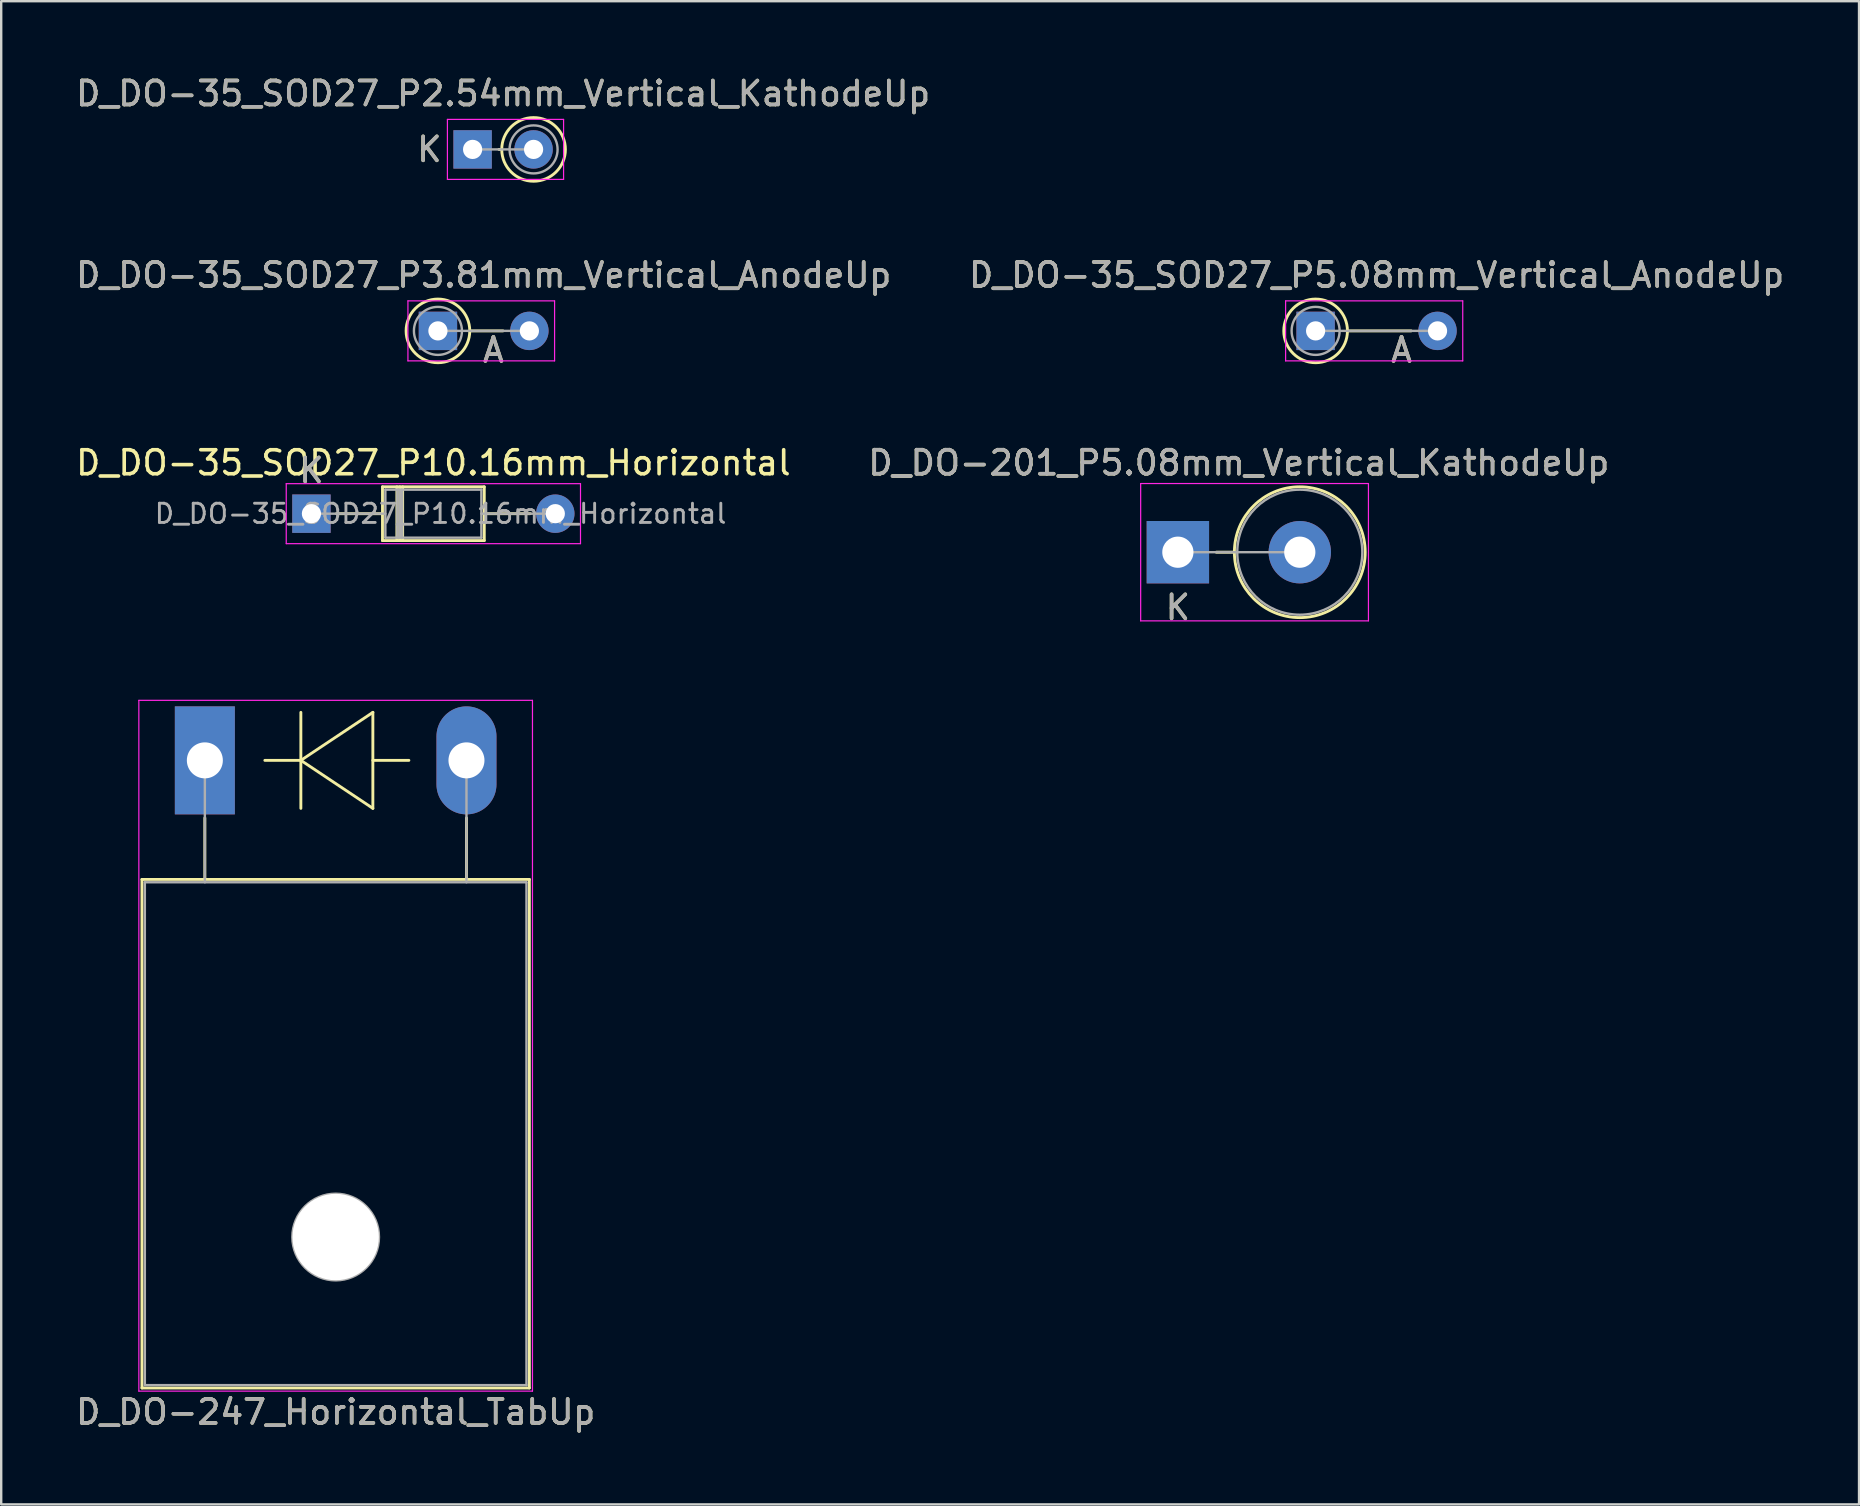
<source format=kicad_pcb>
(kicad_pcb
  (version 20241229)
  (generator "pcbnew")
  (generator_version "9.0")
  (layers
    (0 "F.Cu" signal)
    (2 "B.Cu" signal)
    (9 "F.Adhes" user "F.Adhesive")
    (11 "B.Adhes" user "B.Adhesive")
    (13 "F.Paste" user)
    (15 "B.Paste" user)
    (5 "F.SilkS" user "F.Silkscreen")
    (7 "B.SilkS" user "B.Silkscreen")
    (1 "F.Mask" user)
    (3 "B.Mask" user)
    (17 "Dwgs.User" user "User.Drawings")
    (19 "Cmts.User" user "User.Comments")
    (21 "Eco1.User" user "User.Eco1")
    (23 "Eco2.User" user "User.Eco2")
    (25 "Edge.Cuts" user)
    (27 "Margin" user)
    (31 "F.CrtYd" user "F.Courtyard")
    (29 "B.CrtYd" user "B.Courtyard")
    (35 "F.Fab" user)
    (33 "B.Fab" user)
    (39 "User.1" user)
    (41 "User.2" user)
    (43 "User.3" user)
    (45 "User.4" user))
  (footprint "D_DO-35_SOD27_P3.81mm_Vertical_AnodeUp"
    (layer "F.Cu")
    (at 15.196 10.736)
    (property "Reference" "D_DO-35_SOD27_P3.81mm_Vertical_AnodeUp" (at 1.905 -2.326 0) (layer "F.SilkS") (effects (font (size 1 1) (thickness 0.15))))
    (attr through_hole)
    (fp_line (start 1.326 0) (end 2.71 0) (stroke (width 0.12) (type solid)) (layer "F.SilkS"))
    (fp_circle (center 0 0) (end 1.326 0) (stroke (width 0.12) (type solid)) (fill no) (layer "F.SilkS"))
    (fp_line (start -1.25 -1.25) (end -1.25 1.25) (stroke (width 0.05) (type solid)) (layer "F.CrtYd"))
    (fp_line (start -1.25 1.25) (end 4.86 1.25) (stroke (width 0.05) (type solid)) (layer "F.CrtYd"))
    (fp_line (start 4.86 -1.25) (end -1.25 -1.25) (stroke (width 0.05) (type solid)) (layer "F.CrtYd"))
    (fp_line (start 4.86 1.25) (end 4.86 -1.25) (stroke (width 0.05) (type solid)) (layer "F.CrtYd"))
    (fp_line (start 0 0) (end 3.81 0) (stroke (width 0.1) (type solid)) (layer "F.Fab"))
    (fp_circle (center 0 0) (end 1 0) (stroke (width 0.1) (type solid)) (fill no) (layer "F.Fab"))
    (fp_text user "A" (at 2.31 0.8 0) (layer "F.SilkS") (effects (font (size 1 1) (thickness 0.15))))
    (fp_text user "${REFERENCE}" (at 1.905 -2.326 0) (layer "F.Fab") (effects (font (size 1 1) (thickness 0.15))))
    (fp_text user "A" (at 2.31 0.8 0) (layer "F.Fab") (effects (font (size 1 1) (thickness 0.15))))
    (pad "1" thru_hole rect (at 0 0) (size 1.6 1.6) (drill 0.8) (layers "*.Cu" "*.Mask"))
    (pad "2" thru_hole oval (at 3.81 0) (size 1.6 1.6) (drill 0.8) (layers "*.Cu" "*.Mask")))
  (footprint "D_DO-35_SOD27_P2.54mm_Vertical_KathodeUp"
    (layer "F.Cu")
    (at 16.641 3.175)
    (property "Reference" "D_DO-35_SOD27_P2.54mm_Vertical_KathodeUp" (at 1.27 -2.326 0) (layer "F.SilkS") (effects (font (size 1 1) (thickness 0.15))))
    (attr through_hole)
    (fp_line (start 1.214 0) (end 1.1 0) (stroke (width 0.12) (type solid)) (layer "F.SilkS"))
    (fp_circle (center 2.54 0) (end 3.866 0) (stroke (width 0.12) (type solid)) (fill no) (layer "F.SilkS"))
    (fp_line (start -1.05 -1.25) (end -1.05 1.25) (stroke (width 0.05) (type solid)) (layer "F.CrtYd"))
    (fp_line (start -1.05 1.25) (end 3.79 1.25) (stroke (width 0.05) (type solid)) (layer "F.CrtYd"))
    (fp_line (start 3.79 -1.25) (end -1.05 -1.25) (stroke (width 0.05) (type solid)) (layer "F.CrtYd"))
    (fp_line (start 3.79 1.25) (end 3.79 -1.25) (stroke (width 0.05) (type solid)) (layer "F.CrtYd"))
    (fp_line (start 0 0) (end 2.54 0) (stroke (width 0.1) (type solid)) (layer "F.Fab"))
    (fp_circle (center 2.54 0) (end 3.54 0) (stroke (width 0.1) (type solid)) (fill no) (layer "F.Fab"))
    (fp_text user "K" (at -1.8 0 0) (layer "F.SilkS") (effects (font (size 1 1) (thickness 0.15))))
    (fp_text user "K" (at -1.8 0 0) (layer "F.Fab") (effects (font (size 1 1) (thickness 0.15))))
    (fp_text user "${REFERENCE}" (at 1.27 -2.326 0) (layer "F.Fab") (effects (font (size 1 1) (thickness 0.15))))
    (pad "1" thru_hole rect (at 0 0) (size 1.6 1.6) (drill 0.8) (layers "*.Cu" "*.Mask"))
    (pad "2" thru_hole oval (at 2.54 0) (size 1.6 1.6) (drill 0.8) (layers "*.Cu" "*.Mask")))
  (footprint "D_DO-201_P5.08mm_Vertical_KathodeUp"
    (layer "F.Cu")
    (at 46.025 19.957)
    (property "Reference" "D_DO-201_P5.08mm_Vertical_KathodeUp" (at 2.54 -3.725 0) (layer "F.SilkS") (effects (font (size 1 1) (thickness 0.15))))
    (attr through_hole)
    (fp_line (start 2.355 0) (end 1.6 0) (stroke (width 0.12) (type solid)) (layer "F.SilkS"))
    (fp_circle (center 5.08 0) (end 7.805 0) (stroke (width 0.12) (type solid)) (fill no) (layer "F.SilkS"))
    (fp_line (start -1.55 -2.86) (end -1.55 2.86) (stroke (width 0.05) (type solid)) (layer "F.CrtYd"))
    (fp_line (start -1.55 2.86) (end 7.94 2.86) (stroke (width 0.05) (type solid)) (layer "F.CrtYd"))
    (fp_line (start 7.94 -2.86) (end -1.55 -2.86) (stroke (width 0.05) (type solid)) (layer "F.CrtYd"))
    (fp_line (start 7.94 2.86) (end 7.94 -2.86) (stroke (width 0.05) (type solid)) (layer "F.CrtYd"))
    (fp_line (start 0 0) (end 5.08 0) (stroke (width 0.1) (type solid)) (layer "F.Fab"))
    (fp_circle (center 5.08 0) (end 7.685 0) (stroke (width 0.1) (type solid)) (fill no) (layer "F.Fab"))
    (fp_text user "K" (at 0 2.3 0) (layer "F.SilkS") (effects (font (size 1 1) (thickness 0.15))))
    (fp_text user "${REFERENCE}" (at 2.54 -3.725 0) (layer "F.Fab") (effects (font (size 1 1) (thickness 0.15))))
    (fp_text user "K" (at 0 2.3 0) (layer "F.Fab") (effects (font (size 1 1) (thickness 0.15))))
    (pad "1" thru_hole rect (at 0 0) (size 2.6 2.6) (drill 1.3) (layers "*.Cu" "*.Mask"))
    (pad "2" thru_hole oval (at 5.08 0) (size 2.6 2.6) (drill 1.3) (layers "*.Cu" "*.Mask")))
  (footprint "D_DO-35_SOD27_P5.08mm_Vertical_AnodeUp"
    (layer "F.Cu")
    (at 51.764 10.736)
    (property "Reference" "D_DO-35_SOD27_P5.08mm_Vertical_AnodeUp" (at 2.54 -2.326 0) (layer "F.SilkS") (effects (font (size 1 1) (thickness 0.15))))
    (attr through_hole)
    (fp_line (start 1.326 0) (end 3.98 0) (stroke (width 0.12) (type solid)) (layer "F.SilkS"))
    (fp_circle (center 0 0) (end 1.326 0) (stroke (width 0.12) (type solid)) (fill no) (layer "F.SilkS"))
    (fp_line (start -1.25 -1.25) (end -1.25 1.25) (stroke (width 0.05) (type solid)) (layer "F.CrtYd"))
    (fp_line (start -1.25 1.25) (end 6.13 1.25) (stroke (width 0.05) (type solid)) (layer "F.CrtYd"))
    (fp_line (start 6.13 -1.25) (end -1.25 -1.25) (stroke (width 0.05) (type solid)) (layer "F.CrtYd"))
    (fp_line (start 6.13 1.25) (end 6.13 -1.25) (stroke (width 0.05) (type solid)) (layer "F.CrtYd"))
    (fp_line (start 0 0) (end 5.08 0) (stroke (width 0.1) (type solid)) (layer "F.Fab"))
    (fp_circle (center 0 0) (end 1 0) (stroke (width 0.1) (type solid)) (fill no) (layer "F.Fab"))
    (fp_text user "A" (at 3.58 0.8 0) (layer "F.SilkS") (effects (font (size 1 1) (thickness 0.15))))
    (fp_text user "${REFERENCE}" (at 2.54 -2.326 0) (layer "F.Fab") (effects (font (size 1 1) (thickness 0.15))))
    (fp_text user "A" (at 3.58 0.8 0) (layer "F.Fab") (effects (font (size 1 1) (thickness 0.15))))
    (pad "1" thru_hole rect (at 0 0) (size 1.6 1.6) (drill 0.8) (layers "*.Cu" "*.Mask"))
    (pad "2" thru_hole oval (at 5.08 0) (size 1.6 1.6) (drill 0.8) (layers "*.Cu" "*.Mask")))
  (footprint "D_DO-35_SOD27_P10.16mm_Horizontal"
    (layer "F.Cu")
    (at 9.926 18.352)
    (property "Reference" "D_DO-35_SOD27_P10.16mm_Horizontal" (at 5.08 -2.12 0) (layer "F.SilkS") (effects (font (size 1 1) (thickness 0.15))))
    (attr through_hole)
    (fp_line (start 1.04 0) (end 2.96 0) (stroke (width 0.12) (type solid)) (layer "F.SilkS"))
    (fp_line (start 2.96 -1.12) (end 2.96 1.12) (stroke (width 0.12) (type solid)) (layer "F.SilkS"))
    (fp_line (start 2.96 1.12) (end 7.2 1.12) (stroke (width 0.12) (type solid)) (layer "F.SilkS"))
    (fp_line (start 3.56 -1.12) (end 3.56 1.12) (stroke (width 0.12) (type solid)) (layer "F.SilkS"))
    (fp_line (start 3.68 -1.12) (end 3.68 1.12) (stroke (width 0.12) (type solid)) (layer "F.SilkS"))
    (fp_line (start 3.8 -1.12) (end 3.8 1.12) (stroke (width 0.12) (type solid)) (layer "F.SilkS"))
    (fp_line (start 7.2 -1.12) (end 2.96 -1.12) (stroke (width 0.12) (type solid)) (layer "F.SilkS"))
    (fp_line (start 7.2 1.12) (end 7.2 -1.12) (stroke (width 0.12) (type solid)) (layer "F.SilkS"))
    (fp_line (start 9.12 0) (end 7.2 0) (stroke (width 0.12) (type solid)) (layer "F.SilkS"))
    (fp_line (start -1.05 -1.25) (end -1.05 1.25) (stroke (width 0.05) (type solid)) (layer "F.CrtYd"))
    (fp_line (start -1.05 1.25) (end 11.21 1.25) (stroke (width 0.05) (type solid)) (layer "F.CrtYd"))
    (fp_line (start 11.21 -1.25) (end -1.05 -1.25) (stroke (width 0.05) (type solid)) (layer "F.CrtYd"))
    (fp_line (start 11.21 1.25) (end 11.21 -1.25) (stroke (width 0.05) (type solid)) (layer "F.CrtYd"))
    (fp_line (start 0 0) (end 3.08 0) (stroke (width 0.1) (type solid)) (layer "F.Fab"))
    (fp_line (start 3.08 -1) (end 3.08 1) (stroke (width 0.1) (type solid)) (layer "F.Fab"))
    (fp_line (start 3.08 1) (end 7.08 1) (stroke (width 0.1) (type solid)) (layer "F.Fab"))
    (fp_line (start 3.58 -1) (end 3.58 1) (stroke (width 0.1) (type solid)) (layer "F.Fab"))
    (fp_line (start 3.68 -1) (end 3.68 1) (stroke (width 0.1) (type solid)) (layer "F.Fab"))
    (fp_line (start 3.78 -1) (end 3.78 1) (stroke (width 0.1) (type solid)) (layer "F.Fab"))
    (fp_line (start 7.08 -1) (end 3.08 -1) (stroke (width 0.1) (type solid)) (layer "F.Fab"))
    (fp_line (start 7.08 1) (end 7.08 -1) (stroke (width 0.1) (type solid)) (layer "F.Fab"))
    (fp_line (start 10.16 0) (end 7.08 0) (stroke (width 0.1) (type solid)) (layer "F.Fab"))
    (fp_text user "K" (at 0 -1.8 0) (layer "F.SilkS") (effects (font (size 1 1) (thickness 0.15))))
    (fp_text user "K" (at 0 -1.8 0) (layer "F.Fab") (effects (font (size 1 1) (thickness 0.15))))
    (fp_text user "${REFERENCE}" (at 5.38 0 0) (layer "F.Fab") (effects (font (size 0.8 0.8) (thickness 0.12))))
    (pad "1" thru_hole rect (at 0 0) (size 1.6 1.6) (drill 0.8) (layers "*.Cu" "*.Mask"))
    (pad "2" thru_hole oval (at 10.16 0) (size 1.6 1.6) (drill 0.8) (layers "*.Cu" "*.Mask")))
  (footprint "D_DO-247_Horizontal_TabUp"
    (layer "F.Cu")
    (at 5.485 28.63)
    (property "Reference" "D_DO-247_Horizontal_TabUp" (at 5.45 27.15 0) (layer "F.SilkS") (effects (font (size 1 1) (thickness 0.15))))
    (attr through_hole)
    (fp_line (start -2.62 4.96) (end -2.62 26.15) (stroke (width 0.12) (type solid)) (layer "F.SilkS"))
    (fp_line (start -2.62 4.96) (end 13.52 4.96) (stroke (width 0.12) (type solid)) (layer "F.SilkS"))
    (fp_line (start -2.62 26.15) (end 13.52 26.15) (stroke (width 0.12) (type solid)) (layer "F.SilkS"))
    (fp_line (start 0 2.4) (end 0 4.96) (stroke (width 0.12) (type solid)) (layer "F.SilkS"))
    (fp_line (start 4 -2) (end 4 2) (stroke (width 0.12) (type solid)) (layer "F.SilkS"))
    (fp_line (start 4 0) (end 2.5 0) (stroke (width 0.12) (type solid)) (layer "F.SilkS"))
    (fp_line (start 4 0) (end 7 -2) (stroke (width 0.12) (type solid)) (layer "F.SilkS"))
    (fp_line (start 7 -2) (end 7 2) (stroke (width 0.12) (type solid)) (layer "F.SilkS"))
    (fp_line (start 7 0) (end 8.5 0) (stroke (width 0.12) (type solid)) (layer "F.SilkS"))
    (fp_line (start 7 2) (end 4 0) (stroke (width 0.12) (type solid)) (layer "F.SilkS"))
    (fp_line (start 10.9 2.4) (end 10.9 4.96) (stroke (width 0.12) (type solid)) (layer "F.SilkS"))
    (fp_line (start 13.52 4.96) (end 13.52 26.15) (stroke (width 0.12) (type solid)) (layer "F.SilkS"))
    (fp_line (start -2.75 -2.5) (end -2.75 26.28) (stroke (width 0.05) (type solid)) (layer "F.CrtYd"))
    (fp_line (start -2.75 26.28) (end 13.65 26.28) (stroke (width 0.05) (type solid)) (layer "F.CrtYd"))
    (fp_line (start 13.65 -2.5) (end -2.75 -2.5) (stroke (width 0.05) (type solid)) (layer "F.CrtYd"))
    (fp_line (start 13.65 26.28) (end 13.65 -2.5) (stroke (width 0.05) (type solid)) (layer "F.CrtYd"))
    (fp_line (start -2.5 5.08) (end -2.5 26.03) (stroke (width 0.1) (type solid)) (layer "F.Fab"))
    (fp_line (start -2.5 26.03) (end 13.4 26.03) (stroke (width 0.1) (type solid)) (layer "F.Fab"))
    (fp_line (start 0 5.08) (end 0 0) (stroke (width 0.1) (type solid)) (layer "F.Fab"))
    (fp_line (start 10.9 5.08) (end 10.9 0) (stroke (width 0.1) (type solid)) (layer "F.Fab"))
    (fp_line (start 13.4 5.08) (end -2.5 5.08) (stroke (width 0.1) (type solid)) (layer "F.Fab"))
    (fp_line (start 13.4 26.03) (end 13.4 5.08) (stroke (width 0.1) (type solid)) (layer "F.Fab"))
    (fp_circle (center 5.45 19.86) (end 7.255 19.86) (stroke (width 0.1) (type solid)) (fill no) (layer "F.Fab"))
    (fp_text user "${REFERENCE}" (at 5.45 27.15 0) (layer "F.Fab") (effects (font (size 1 1) (thickness 0.15))))
    (pad "" np_thru_hole oval (at 5.45 19.86) (size 3.6 3.6) (drill 3.6) (layers "*.Cu" "*.Mask"))
    (pad "1" thru_hole rect (at 0 0) (size 2.5 4.5) (drill 1.5) (layers "*.Cu" "*.Mask"))
    (pad "2" thru_hole oval (at 10.9 0) (size 2.5 4.5) (drill 1.5) (layers "*.Cu" "*.Mask")))
  (gr_rect
    (start -3 -3)
    (end 74.405 59.629)
    (stroke (width 0.1) (type default))
    (fill no)
    (layer "Edge.Cuts")))
</source>
